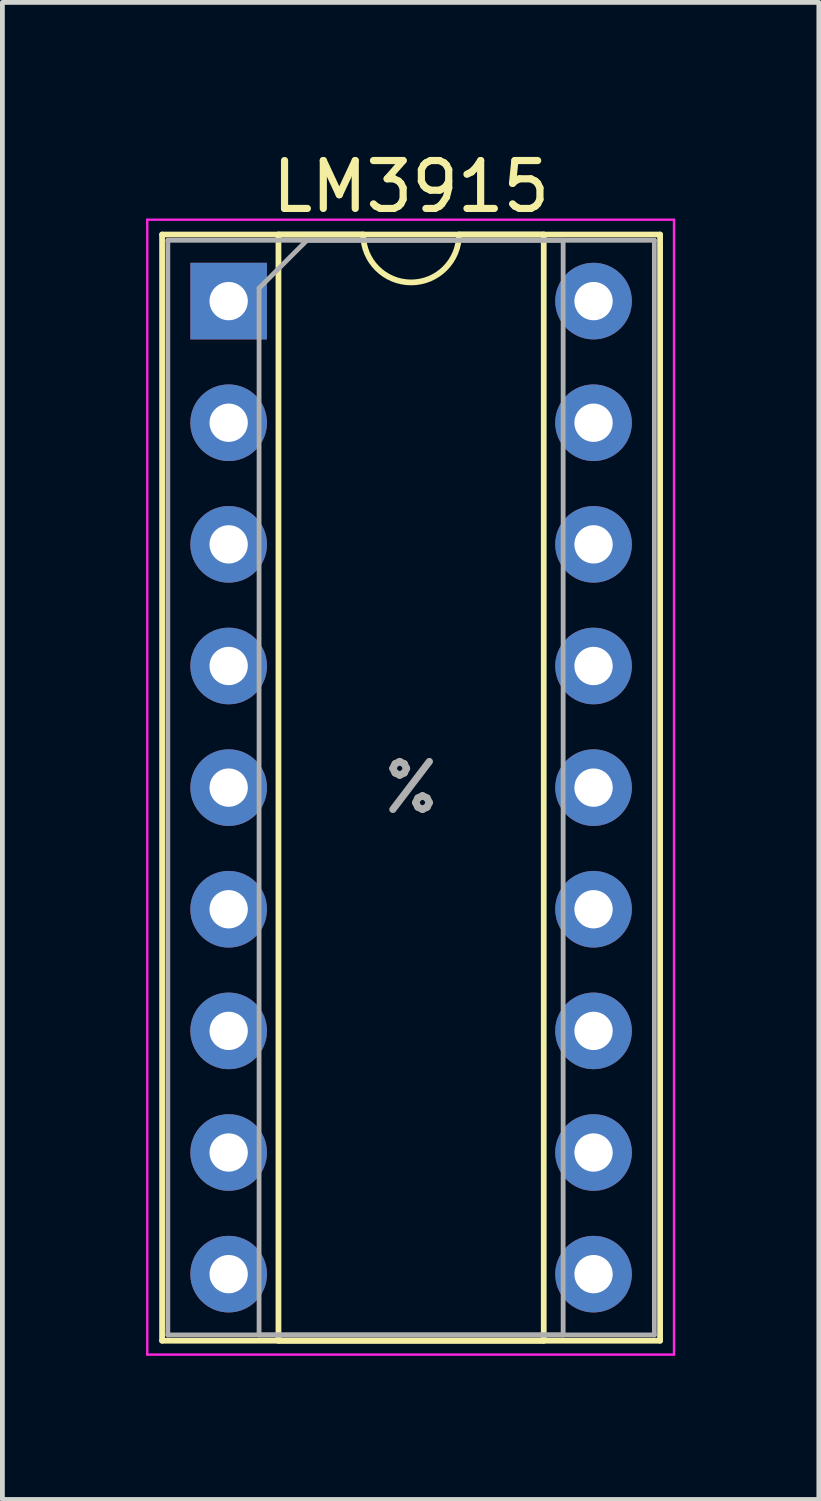
<source format=kicad_pcb>
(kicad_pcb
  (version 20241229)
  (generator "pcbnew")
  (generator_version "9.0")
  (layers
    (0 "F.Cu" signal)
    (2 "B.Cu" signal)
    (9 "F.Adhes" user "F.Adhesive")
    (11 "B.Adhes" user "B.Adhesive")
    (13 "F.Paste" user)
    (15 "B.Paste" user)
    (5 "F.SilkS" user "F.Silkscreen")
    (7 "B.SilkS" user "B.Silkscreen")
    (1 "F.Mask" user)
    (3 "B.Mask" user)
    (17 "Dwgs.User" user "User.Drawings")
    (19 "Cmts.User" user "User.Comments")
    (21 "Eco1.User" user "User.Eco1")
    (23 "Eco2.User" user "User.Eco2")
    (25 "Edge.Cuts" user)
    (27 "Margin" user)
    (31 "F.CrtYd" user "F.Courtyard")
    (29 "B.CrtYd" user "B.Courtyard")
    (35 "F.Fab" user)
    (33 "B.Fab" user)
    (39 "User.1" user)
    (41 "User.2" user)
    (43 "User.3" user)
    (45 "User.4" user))
  (footprint "LM3915"
    (layer "F.Cu")
    (at 1.725 3.238)
    (property "Reference" "LM3915" (at 3.81 -2.39 0) (layer "F.SilkS") (effects (font (size 1 1) (thickness 0.15))))
    (attr through_hole)
    (fp_line (start -1.39 -1.39) (end -1.39 21.71) (stroke (width 0.12) (type solid)) (layer "F.SilkS"))
    (fp_line (start -1.39 21.71) (end 9.01 21.71) (stroke (width 0.12) (type solid)) (layer "F.SilkS"))
    (fp_line (start 1.04 -1.39) (end 1.04 21.71) (stroke (width 0.12) (type solid)) (layer "F.SilkS"))
    (fp_line (start 1.04 21.71) (end 6.58 21.71) (stroke (width 0.12) (type solid)) (layer "F.SilkS"))
    (fp_line (start 2.81 -1.39) (end 1.04 -1.39) (stroke (width 0.12) (type solid)) (layer "F.SilkS"))
    (fp_line (start 6.58 -1.39) (end 4.81 -1.39) (stroke (width 0.12) (type solid)) (layer "F.SilkS"))
    (fp_line (start 6.58 21.71) (end 6.58 -1.39) (stroke (width 0.12) (type solid)) (layer "F.SilkS"))
    (fp_line (start 9.01 -1.39) (end -1.39 -1.39) (stroke (width 0.12) (type solid)) (layer "F.SilkS"))
    (fp_line (start 9.01 21.71) (end 9.01 -1.39) (stroke (width 0.12) (type solid)) (layer "F.SilkS"))
    (fp_arc (start 4.81 -1.39) (mid 3.81 -0.39) (end 2.81 -1.39) (stroke (width 0.12) (type solid)) (layer "F.SilkS"))
    (fp_line (start -1.7 -1.7) (end -1.7 22) (stroke (width 0.05) (type solid)) (layer "F.CrtYd"))
    (fp_line (start -1.7 22) (end 9.3 22) (stroke (width 0.05) (type solid)) (layer "F.CrtYd"))
    (fp_line (start 9.3 -1.7) (end -1.7 -1.7) (stroke (width 0.05) (type solid)) (layer "F.CrtYd"))
    (fp_line (start 9.3 22) (end 9.3 -1.7) (stroke (width 0.05) (type solid)) (layer "F.CrtYd"))
    (fp_line (start -1.27 -1.27) (end -1.27 21.59) (stroke (width 0.1) (type solid)) (layer "F.Fab"))
    (fp_line (start -1.27 21.59) (end 8.89 21.59) (stroke (width 0.1) (type solid)) (layer "F.Fab"))
    (fp_line (start 0.635 -0.27) (end 1.635 -1.27) (stroke (width 0.1) (type solid)) (layer "F.Fab"))
    (fp_line (start 0.635 21.59) (end 0.635 -0.27) (stroke (width 0.1) (type solid)) (layer "F.Fab"))
    (fp_line (start 1.635 -1.27) (end 6.985 -1.27) (stroke (width 0.1) (type solid)) (layer "F.Fab"))
    (fp_line (start 6.985 -1.27) (end 6.985 21.59) (stroke (width 0.1) (type solid)) (layer "F.Fab"))
    (fp_line (start 6.985 21.59) (end 0.635 21.59) (stroke (width 0.1) (type solid)) (layer "F.Fab"))
    (fp_line (start 8.89 -1.27) (end -1.27 -1.27) (stroke (width 0.1) (type solid)) (layer "F.Fab"))
    (fp_line (start 8.89 21.59) (end 8.89 -1.27) (stroke (width 0.1) (type solid)) (layer "F.Fab"))
    (fp_text user "%" (at 3.81 10.16 0) (layer "F.Fab") (effects (font (size 1 1) (thickness 0.15))))
    (pad "1" thru_hole rect (at 0 0) (size 1.6 1.6) (drill 0.8) (layers "*.Cu" "*.Mask"))
    (pad "2" thru_hole oval (at 0 2.54) (size 1.6 1.6) (drill 0.8) (layers "*.Cu" "*.Mask"))
    (pad "3" thru_hole oval (at 0 5.08) (size 1.6 1.6) (drill 0.8) (layers "*.Cu" "*.Mask"))
    (pad "4" thru_hole oval (at 0 7.62) (size 1.6 1.6) (drill 0.8) (layers "*.Cu" "*.Mask"))
    (pad "5" thru_hole oval (at 0 10.16) (size 1.6 1.6) (drill 0.8) (layers "*.Cu" "*.Mask"))
    (pad "6" thru_hole oval (at 0 12.7) (size 1.6 1.6) (drill 0.8) (layers "*.Cu" "*.Mask"))
    (pad "7" thru_hole oval (at 0 15.24) (size 1.6 1.6) (drill 0.8) (layers "*.Cu" "*.Mask"))
    (pad "8" thru_hole oval (at 0 17.78) (size 1.6 1.6) (drill 0.8) (layers "*.Cu" "*.Mask"))
    (pad "9" thru_hole oval (at 0 20.32) (size 1.6 1.6) (drill 0.8) (layers "*.Cu" "*.Mask"))
    (pad "10" thru_hole oval (at 7.62 20.32) (size 1.6 1.6) (drill 0.8) (layers "*.Cu" "*.Mask"))
    (pad "11" thru_hole oval (at 7.62 17.78) (size 1.6 1.6) (drill 0.8) (layers "*.Cu" "*.Mask"))
    (pad "12" thru_hole oval (at 7.62 15.24) (size 1.6 1.6) (drill 0.8) (layers "*.Cu" "*.Mask"))
    (pad "13" thru_hole oval (at 7.62 12.7) (size 1.6 1.6) (drill 0.8) (layers "*.Cu" "*.Mask"))
    (pad "14" thru_hole oval (at 7.62 10.16) (size 1.6 1.6) (drill 0.8) (layers "*.Cu" "*.Mask"))
    (pad "15" thru_hole oval (at 7.62 7.62) (size 1.6 1.6) (drill 0.8) (layers "*.Cu" "*.Mask"))
    (pad "16" thru_hole oval (at 7.62 5.08) (size 1.6 1.6) (drill 0.8) (layers "*.Cu" "*.Mask"))
    (pad "17" thru_hole oval (at 7.62 2.54) (size 1.6 1.6) (drill 0.8) (layers "*.Cu" "*.Mask"))
    (pad "18" thru_hole oval (at 7.62 0) (size 1.6 1.6) (drill 0.8) (layers "*.Cu" "*.Mask")))
  (gr_rect
    (start -3 -3)
    (end 14.05 28.263)
    (stroke (width 0.1) (type default))
    (fill no)
    (layer "Edge.Cuts")))
</source>
